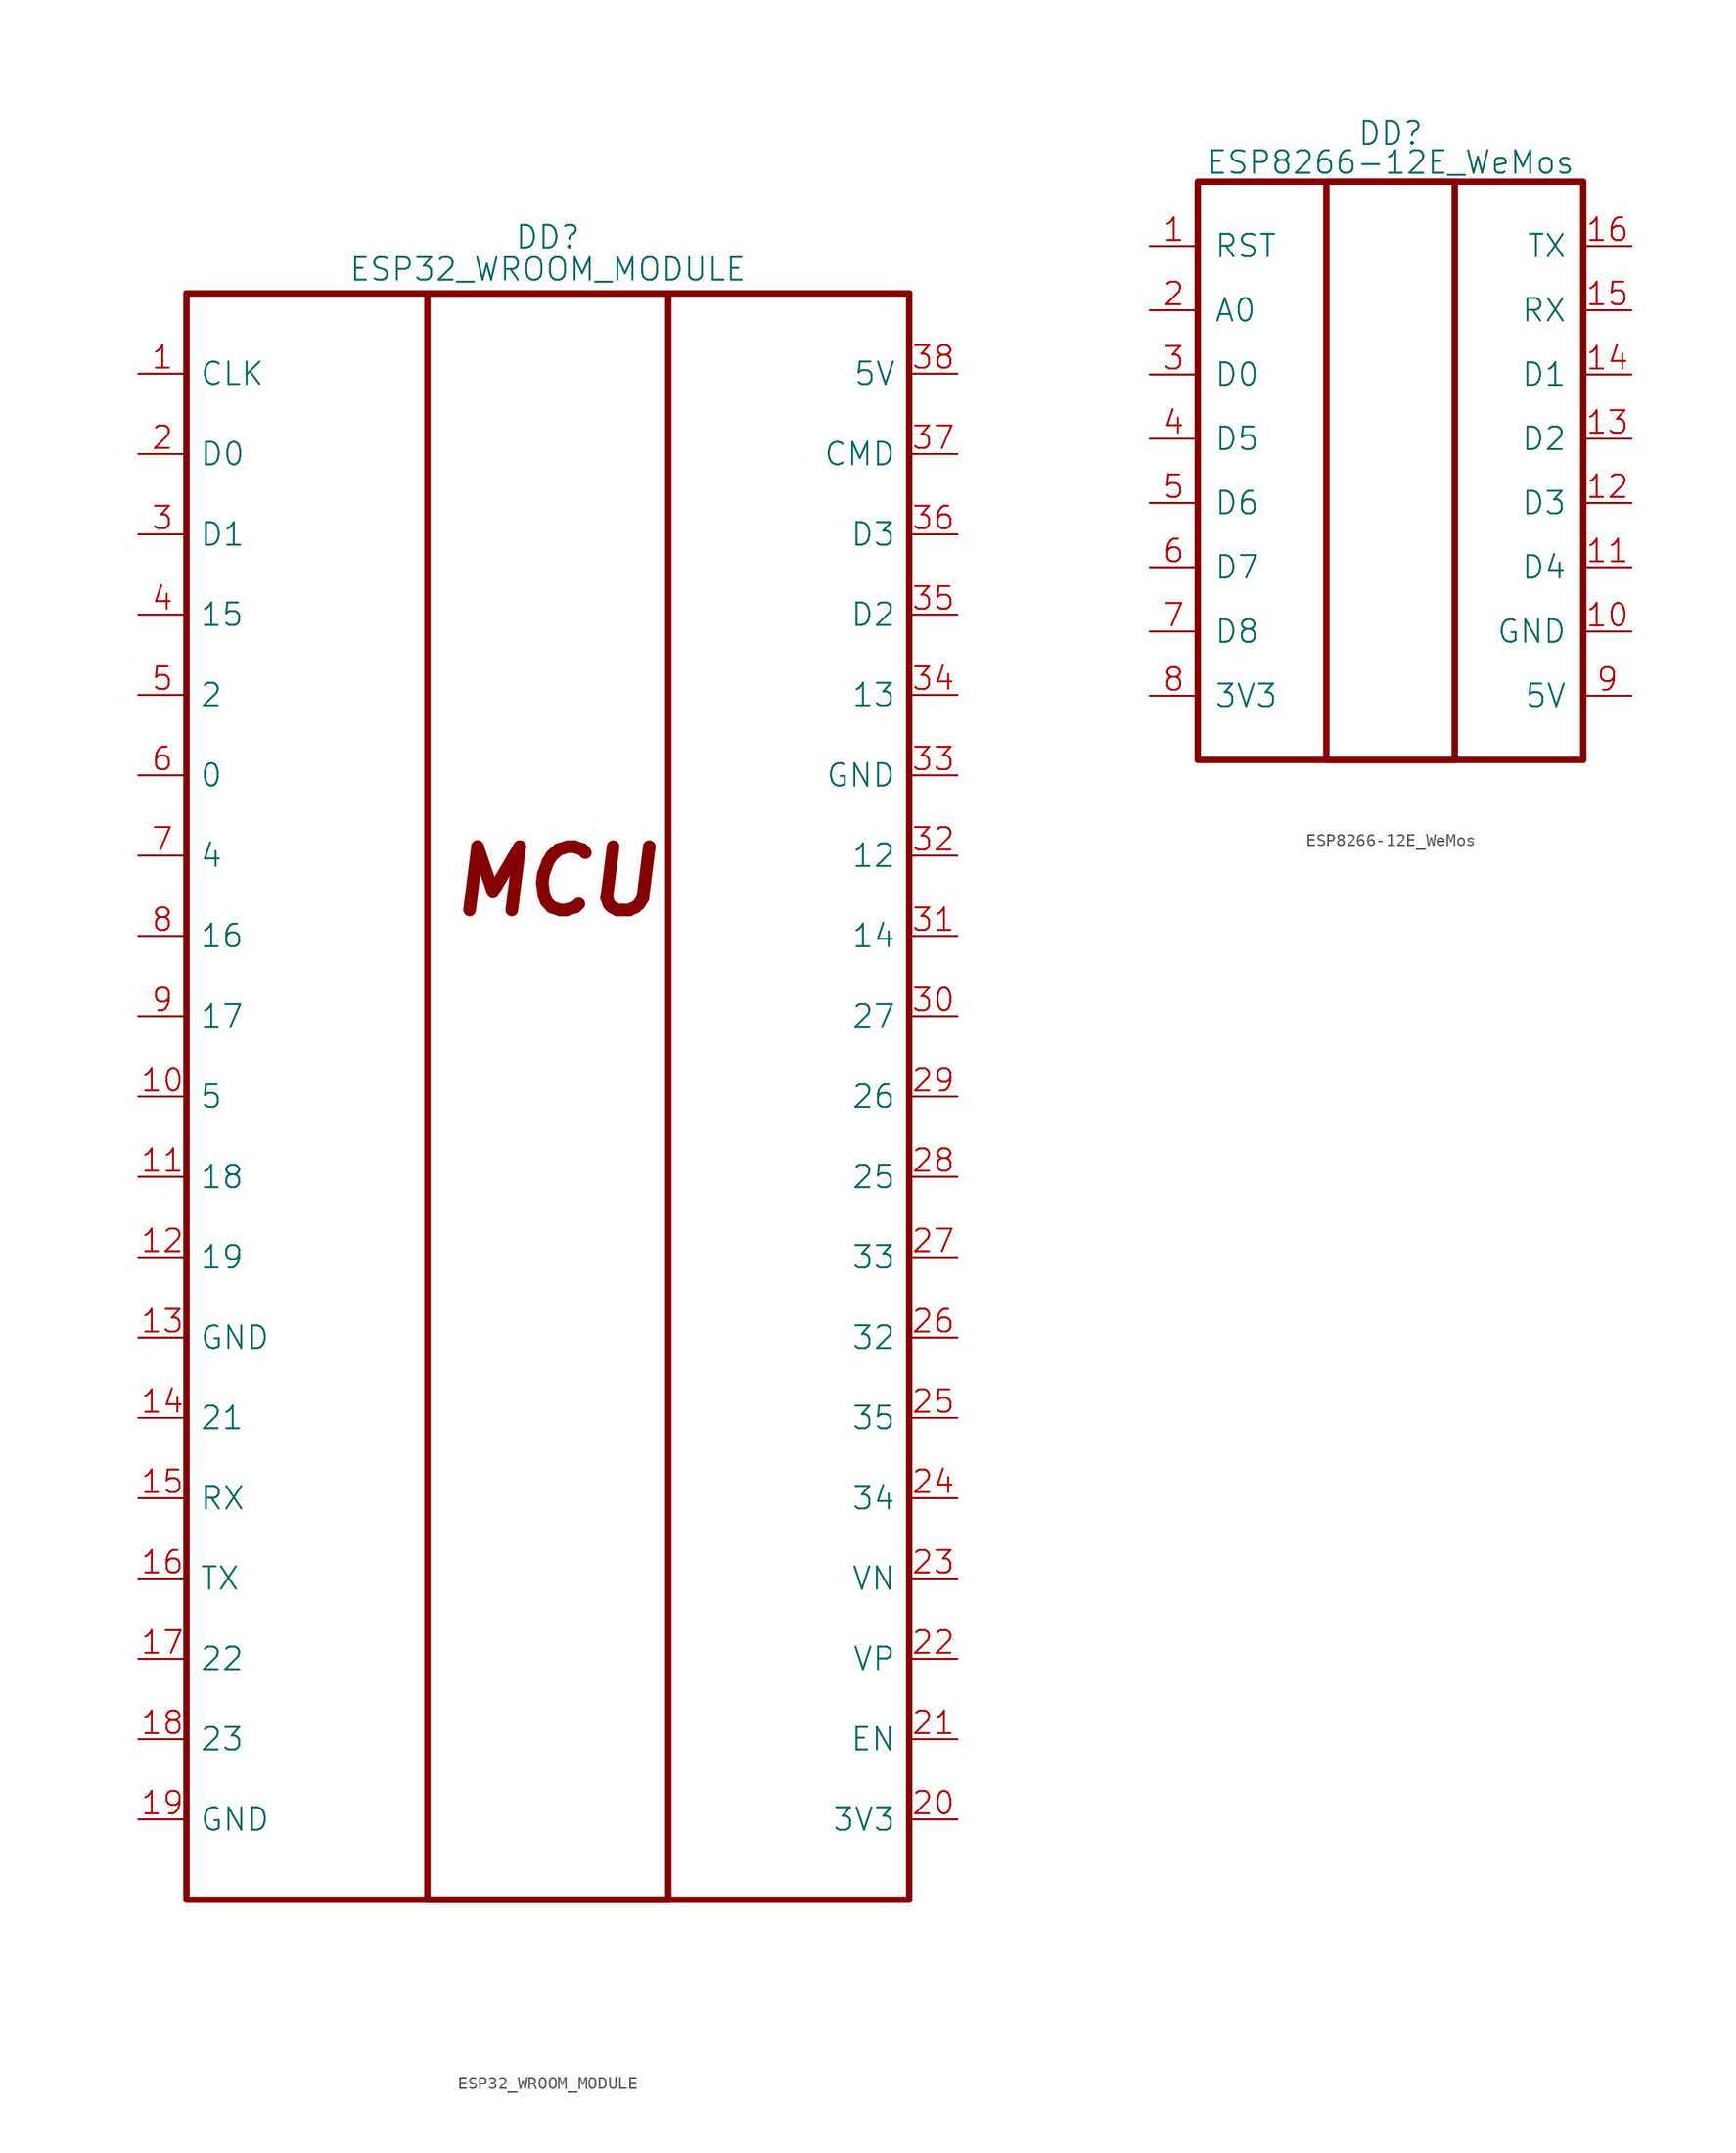
<source format=kicad_sym>
(kicad_symbol_lib
  (version 20211014)
  (generator kicad_symbol_editor)
  (symbol "ESP32_WROOM_MODULE"
    (pin_names
      (offset 1.016))
    (property "Reference" "DD"
      (at 0 4.445 0)
      (effects (font (size 1.778 1.778))))
    (property "Value" "ESP32_WROOM_MODULE"
      (at 0 1.905 0)
      (effects (font (size 1.778 1.778))))
    (symbol "ESP32_WROOM_MODULE_0_1"
      (rectangle (start -28.575 0) (end 28.575 -127) (stroke (width 0.508) (type default) (color 0 0 0 0)) (fill (type none)))
      (rectangle (start -28.575 0) (end 28.575 0) (stroke (width 0.508) (type default) (color 0 0 0 0)) (fill (type none)))
      (rectangle (start -9.525 0) (end 9.525 -127) (stroke (width 0.508) (type default) (color 0 0 0 0)) (fill (type none)))
      (pin bidirectional line (at -32.385 -6.35 0) (length 3.81) (name "CLK" (effects (font (size 1.778 1.778)))) (number "1" (effects (font (size 1.778 1.778))))))
    (symbol "ESP32_WROOM_MODULE_1_1"
      (text "MCU" (at 0.635 -46.482 0) (effects (font (size 5.004 5.004) bold italic)))
      (pin bidirectional line (at -32.385 -63.5 0) (length 3.81) (name "5" (effects (font (size 1.778 1.778)))) (number "10" (effects (font (size 1.778 1.778)))))
      (pin bidirectional line (at -32.385 -69.85 0) (length 3.81) (name "18" (effects (font (size 1.778 1.778)))) (number "11" (effects (font (size 1.778 1.778)))))
      (pin bidirectional line (at -32.385 -76.2 0) (length 3.81) (name "19" (effects (font (size 1.778 1.778)))) (number "12" (effects (font (size 1.778 1.778)))))
      (pin bidirectional line (at -32.385 -82.55 0) (length 3.81) (name "GND" (effects (font (size 1.778 1.778)))) (number "13" (effects (font (size 1.778 1.778)))))
      (pin bidirectional line (at -32.385 -88.9 0) (length 3.81) (name "21" (effects (font (size 1.778 1.778)))) (number "14" (effects (font (size 1.778 1.778)))))
      (pin input line (at -32.385 -95.25 0) (length 3.81) (name "RX" (effects (font (size 1.778 1.778)))) (number "15" (effects (font (size 1.778 1.778)))))
      (pin output line (at -32.385 -101.6 0) (length 3.81) (name "TX" (effects (font (size 1.778 1.778)))) (number "16" (effects (font (size 1.778 1.778)))))
      (pin bidirectional line (at -32.385 -107.95 0) (length 3.81) (name "22" (effects (font (size 1.778 1.778)))) (number "17" (effects (font (size 1.778 1.778)))))
      (pin bidirectional line (at -32.385 -114.3 0) (length 3.81) (name "23" (effects (font (size 1.778 1.778)))) (number "18" (effects (font (size 1.778 1.778)))))
      (pin power_in line (at -32.385 -120.65 0) (length 3.81) (name "GND" (effects (font (size 1.778 1.778)))) (number "19" (effects (font (size 1.778 1.778)))))
      (pin bidirectional line (at -32.385 -12.7 0) (length 3.81) (name "D0" (effects (font (size 1.778 1.778)))) (number "2" (effects (font (size 1.778 1.778)))))
      (pin power_in line (at 32.385 -120.65 180) (length 3.81) (name "3V3" (effects (font (size 1.778 1.778)))) (number "20" (effects (font (size 1.778 1.778)))))
      (pin input line (at 32.385 -114.3 180) (length 3.81) (name "EN" (effects (font (size 1.778 1.778)))) (number "21" (effects (font (size 1.778 1.778)))))
      (pin bidirectional line (at 32.385 -107.95 180) (length 3.81) (name "VP" (effects (font (size 1.778 1.778)))) (number "22" (effects (font (size 1.778 1.778)))))
      (pin bidirectional line (at 32.385 -101.6 180) (length 3.81) (name "VN" (effects (font (size 1.778 1.778)))) (number "23" (effects (font (size 1.778 1.778)))))
      (pin bidirectional line (at 32.385 -95.25 180) (length 3.81) (name "34" (effects (font (size 1.778 1.778)))) (number "24" (effects (font (size 1.778 1.778)))))
      (pin bidirectional line (at 32.385 -88.9 180) (length 3.81) (name "35" (effects (font (size 1.778 1.778)))) (number "25" (effects (font (size 1.778 1.778)))))
      (pin bidirectional line (at 32.385 -82.55 180) (length 3.81) (name "32" (effects (font (size 1.778 1.778)))) (number "26" (effects (font (size 1.778 1.778)))))
      (pin bidirectional line (at 32.385 -76.2 180) (length 3.81) (name "33" (effects (font (size 1.778 1.778)))) (number "27" (effects (font (size 1.778 1.778)))))
      (pin bidirectional line (at 32.385 -69.85 180) (length 3.81) (name "25" (effects (font (size 1.778 1.778)))) (number "28" (effects (font (size 1.778 1.778)))))
      (pin bidirectional line (at 32.385 -63.5 180) (length 3.81) (name "26" (effects (font (size 1.778 1.778)))) (number "29" (effects (font (size 1.778 1.778)))))
      (pin bidirectional line (at -32.385 -19.05 0) (length 3.81) (name "D1" (effects (font (size 1.778 1.778)))) (number "3" (effects (font (size 1.778 1.778)))))
      (pin bidirectional line (at 32.385 -57.15 180) (length 3.81) (name "27" (effects (font (size 1.778 1.778)))) (number "30" (effects (font (size 1.778 1.778)))))
      (pin bidirectional line (at 32.385 -50.8 180) (length 3.81) (name "14" (effects (font (size 1.778 1.778)))) (number "31" (effects (font (size 1.778 1.778)))))
      (pin bidirectional line (at 32.385 -44.45 180) (length 3.81) (name "12" (effects (font (size 1.778 1.778)))) (number "32" (effects (font (size 1.778 1.778)))))
      (pin power_in line (at 32.385 -38.1 180) (length 3.81) (name "GND" (effects (font (size 1.778 1.778)))) (number "33" (effects (font (size 1.778 1.778)))))
      (pin bidirectional line (at 32.385 -31.75 180) (length 3.81) (name "13" (effects (font (size 1.778 1.778)))) (number "34" (effects (font (size 1.778 1.778)))))
      (pin bidirectional line (at 32.385 -25.4 180) (length 3.81) (name "D2" (effects (font (size 1.778 1.778)))) (number "35" (effects (font (size 1.778 1.778)))))
      (pin bidirectional line (at 32.385 -19.05 180) (length 3.81) (name "D3" (effects (font (size 1.778 1.778)))) (number "36" (effects (font (size 1.778 1.778)))))
      (pin bidirectional line (at 32.385 -12.7 180) (length 3.81) (name "CMD" (effects (font (size 1.778 1.778)))) (number "37" (effects (font (size 1.778 1.778)))))
      (pin power_in line (at 32.385 -6.35 180) (length 3.81) (name "5V" (effects (font (size 1.778 1.778)))) (number "38" (effects (font (size 1.778 1.778)))))
      (pin bidirectional line (at -32.385 -25.4 0) (length 3.81) (name "15" (effects (font (size 1.778 1.778)))) (number "4" (effects (font (size 1.778 1.778)))))
      (pin bidirectional line (at -32.385 -31.75 0) (length 3.81) (name "2" (effects (font (size 1.778 1.778)))) (number "5" (effects (font (size 1.778 1.778)))))
      (pin bidirectional line (at -32.385 -38.1 0) (length 3.81) (name "0" (effects (font (size 1.778 1.778)))) (number "6" (effects (font (size 1.778 1.778)))))
      (pin bidirectional line (at -32.385 -44.45 0) (length 3.81) (name "4" (effects (font (size 1.778 1.778)))) (number "7" (effects (font (size 1.778 1.778)))))
      (pin bidirectional line (at -32.385 -50.8 0) (length 3.81) (name "16" (effects (font (size 1.778 1.778)))) (number "8" (effects (font (size 1.778 1.778)))))
      (pin passive line (at -32.385 -57.15 0) (length 3.81) (name "17" (effects (font (size 1.778 1.778)))) (number "9" (effects (font (size 1.778 1.778)))))))
  (symbol "ESP8266-12E_WeMos"
    (pin_names
      (offset 1.27))
    (property "Reference" "DD"
      (at 0 3.81 0)
      (effects (font (size 1.778 1.778))))
    (property "Value" "ESP8266-12E_WeMos"
      (at 0 1.524 0)
      (effects (font (size 1.778 1.778))))
    (symbol "ESP8266-12E_WeMos_0_1"
      (rectangle (start -5.08 0) (end 5.08 -45.72) (stroke (width 0.508) (type default) (color 0 0 0 0)) (fill (type none)))
      (rectangle (start 15.24 -45.72) (end -15.24 0) (stroke (width 0.508) (type default) (color 0 0 0 0)) (fill (type none))))
    (symbol "ESP8266-12E_WeMos_1_1"
      (pin input line (at -19.05 -5.08 0) (length 3.81) (name "RST" (effects (font (size 1.778 1.778)))) (number "1" (effects (font (size 1.778 1.778)))))
      (pin power_in line (at 19.05 -35.56 180) (length 3.81) (name "GND" (effects (font (size 1.778 1.778)))) (number "10" (effects (font (size 1.778 1.778)))))
      (pin bidirectional line (at 19.05 -30.48 180) (length 3.81) (name "D4" (effects (font (size 1.778 1.778)))) (number "11" (effects (font (size 1.778 1.778)))))
      (pin bidirectional line (at 19.05 -25.4 180) (length 3.81) (name "D3" (effects (font (size 1.778 1.778)))) (number "12" (effects (font (size 1.778 1.778)))))
      (pin bidirectional line (at 19.05 -20.32 180) (length 3.81) (name "D2" (effects (font (size 1.778 1.778)))) (number "13" (effects (font (size 1.778 1.778)))))
      (pin bidirectional line (at 19.05 -15.24 180) (length 3.81) (name "D1" (effects (font (size 1.778 1.778)))) (number "14" (effects (font (size 1.778 1.778)))))
      (pin input line (at 19.05 -10.16 180) (length 3.81) (name "RX" (effects (font (size 1.778 1.778)))) (number "15" (effects (font (size 1.778 1.778)))))
      (pin output line (at 19.05 -5.08 180) (length 3.81) (name "TX" (effects (font (size 1.778 1.778)))) (number "16" (effects (font (size 1.778 1.778)))))
      (pin input line (at -19.05 -10.16 0) (length 3.81) (name "A0" (effects (font (size 1.778 1.778)))) (number "2" (effects (font (size 1.778 1.778)))))
      (pin bidirectional line (at -19.05 -15.24 0) (length 3.81) (name "D0" (effects (font (size 1.778 1.778)))) (number "3" (effects (font (size 1.778 1.778)))))
      (pin bidirectional line (at -19.05 -20.32 0) (length 3.81) (name "D5" (effects (font (size 1.778 1.778)))) (number "4" (effects (font (size 1.778 1.778)))))
      (pin bidirectional line (at -19.05 -25.4 0) (length 3.81) (name "D6" (effects (font (size 1.778 1.778)))) (number "5" (effects (font (size 1.778 1.778)))))
      (pin bidirectional line (at -19.05 -30.48 0) (length 3.81) (name "D7" (effects (font (size 1.778 1.778)))) (number "6" (effects (font (size 1.778 1.778)))))
      (pin bidirectional line (at -19.05 -35.56 0) (length 3.81) (name "D8" (effects (font (size 1.778 1.778)))) (number "7" (effects (font (size 1.778 1.778)))))
      (pin power_in line (at -19.05 -40.64 0) (length 3.81) (name "3V3" (effects (font (size 1.778 1.778)))) (number "8" (effects (font (size 1.778 1.778)))))
      (pin power_in line (at 19.05 -40.64 180) (length 3.81) (name "5V" (effects (font (size 1.778 1.778)))) (number "9" (effects (font (size 1.778 1.778))))))))
</source>
